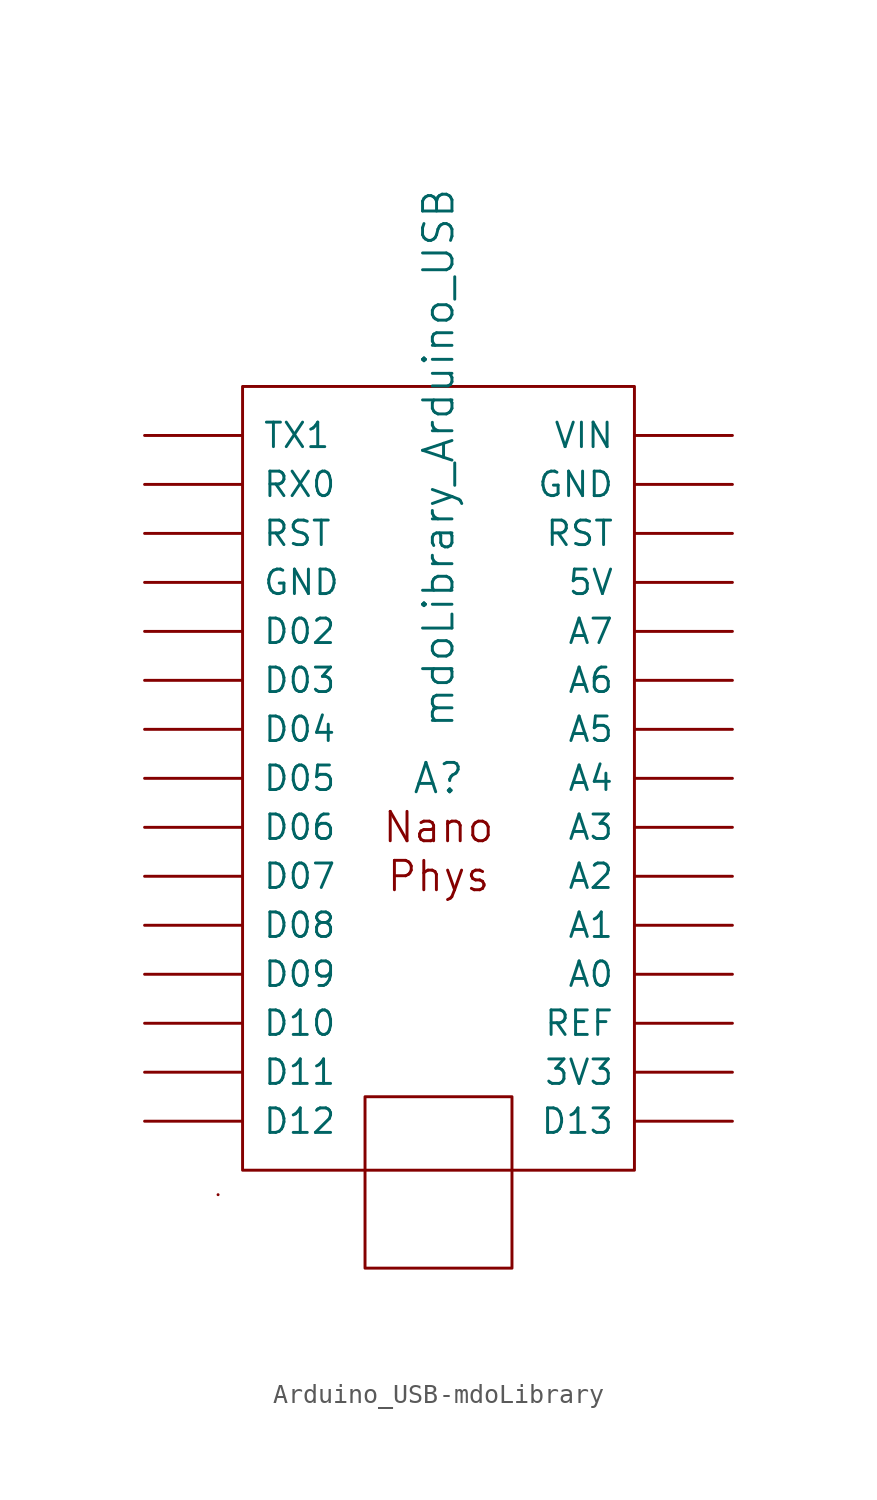
<source format=kicad_sym>
(kicad_symbol_lib
  (version 20220914)
  (generator kicad_symbol_editor)
  (symbol "Arduino_USB-mdoLibrary"
    (pin_names
      (offset 1.016))
    (property "Reference" "A"
      (at 0 0 0)
      (effects (font (size 1.524 1.524))))
    (property "Value" "mdoLibrary_Arduino_USB"
      (at 0 2.54 90)
      (effects (font (size 1.524 1.524)) (justify left)))
    (property "Footprint" ""
      (at 0 0 0)
      (effects (font (size 1.524 1.524))))
    (property "Datasheet" ""
      (at 0 0 0)
      (effects (font (size 1.524 1.524))))
    (symbol "Arduino_USB-mdoLibrary_0_0"
      (rectangle (start -10.16 20.32) (end 10.16 -20.32) (stroke (width 0) (type solid)) (fill (type none)))
      (text "Nano" (at 0 -2.54 0) (effects (font (size 1.524 1.524))))
      (text "Phys" (at 0 -5.08 0) (effects (font (size 1.524 1.524)))))
    (symbol "Arduino_USB-mdoLibrary_0_1"
      (rectangle (start -11.43 -21.59) (end -11.43 -21.59) (stroke (width 0) (type solid)) (fill (type none)))
      (rectangle (start 3.81 -25.4) (end -3.81 -16.51) (stroke (width 0) (type solid)) (fill (type none))))
    (symbol "Arduino_USB-mdoLibrary_1_1"
      (pin input line (at 15.24 -15.24 180) (length 5.08) (name "3V3" (effects (font (size 1.27 1.27)))) (number "~" (effects (font (size 1.27 1.27)))))
      (pin input line (at 15.24 10.16 180) (length 5.08) (name "5V" (effects (font (size 1.27 1.27)))) (number "~" (effects (font (size 1.27 1.27)))))
      (pin input line (at 15.24 -10.16 180) (length 5.08) (name "A0" (effects (font (size 1.27 1.27)))) (number "~" (effects (font (size 1.27 1.27)))))
      (pin input line (at 15.24 -7.62 180) (length 5.08) (name "A1" (effects (font (size 1.27 1.27)))) (number "~" (effects (font (size 1.27 1.27)))))
      (pin input line (at 15.24 -5.08 180) (length 5.08) (name "A2" (effects (font (size 1.27 1.27)))) (number "~" (effects (font (size 1.27 1.27)))))
      (pin input line (at 15.24 -2.54 180) (length 5.08) (name "A3" (effects (font (size 1.27 1.27)))) (number "~" (effects (font (size 1.27 1.27)))))
      (pin input line (at 15.24 0 180) (length 5.08) (name "A4" (effects (font (size 1.27 1.27)))) (number "~" (effects (font (size 1.27 1.27)))))
      (pin input line (at 15.24 2.54 180) (length 5.08) (name "A5" (effects (font (size 1.27 1.27)))) (number "~" (effects (font (size 1.27 1.27)))))
      (pin input line (at 15.24 5.08 180) (length 5.08) (name "A6" (effects (font (size 1.27 1.27)))) (number "~" (effects (font (size 1.27 1.27)))))
      (pin input line (at 15.24 7.62 180) (length 5.08) (name "A7" (effects (font (size 1.27 1.27)))) (number "~" (effects (font (size 1.27 1.27)))))
      (pin input line (at -15.24 7.62 0) (length 5.08) (name "D02" (effects (font (size 1.27 1.27)))) (number "~" (effects (font (size 1.27 1.27)))))
      (pin input line (at -15.24 5.08 0) (length 5.08) (name "D03" (effects (font (size 1.27 1.27)))) (number "~" (effects (font (size 1.27 1.27)))))
      (pin input line (at -15.24 2.54 0) (length 5.08) (name "D04" (effects (font (size 1.27 1.27)))) (number "~" (effects (font (size 1.27 1.27)))))
      (pin input line (at -15.24 0 0) (length 5.08) (name "D05" (effects (font (size 1.27 1.27)))) (number "~" (effects (font (size 1.27 1.27)))))
      (pin input line (at -15.24 -2.54 0) (length 5.08) (name "D06" (effects (font (size 1.27 1.27)))) (number "~" (effects (font (size 1.27 1.27)))))
      (pin input line (at -15.24 -5.08 0) (length 5.08) (name "D07" (effects (font (size 1.27 1.27)))) (number "~" (effects (font (size 1.27 1.27)))))
      (pin input line (at -15.24 -7.62 0) (length 5.08) (name "D08" (effects (font (size 1.27 1.27)))) (number "~" (effects (font (size 1.27 1.27)))))
      (pin input line (at -15.24 -10.16 0) (length 5.08) (name "D09" (effects (font (size 1.27 1.27)))) (number "~" (effects (font (size 1.27 1.27)))))
      (pin input line (at -15.24 -12.7 0) (length 5.08) (name "D10" (effects (font (size 1.27 1.27)))) (number "~" (effects (font (size 1.27 1.27)))))
      (pin input line (at -15.24 -15.24 0) (length 5.08) (name "D11" (effects (font (size 1.27 1.27)))) (number "~" (effects (font (size 1.27 1.27)))))
      (pin input line (at -15.24 -17.78 0) (length 5.08) (name "D12" (effects (font (size 1.27 1.27)))) (number "~" (effects (font (size 1.27 1.27)))))
      (pin input line (at 15.24 -17.78 180) (length 5.08) (name "D13" (effects (font (size 1.27 1.27)))) (number "~" (effects (font (size 1.27 1.27)))))
      (pin input line (at -15.24 10.16 0) (length 5.08) (name "GND" (effects (font (size 1.27 1.27)))) (number "~" (effects (font (size 1.27 1.27)))))
      (pin input line (at 15.24 15.24 180) (length 5.08) (name "GND" (effects (font (size 1.27 1.27)))) (number "~" (effects (font (size 1.27 1.27)))))
      (pin input line (at 15.24 -12.7 180) (length 5.08) (name "REF" (effects (font (size 1.27 1.27)))) (number "~" (effects (font (size 1.27 1.27)))))
      (pin input line (at -15.24 12.7 0) (length 5.08) (name "RST" (effects (font (size 1.27 1.27)))) (number "~" (effects (font (size 1.27 1.27)))))
      (pin input line (at 15.24 12.7 180) (length 5.08) (name "RST" (effects (font (size 1.27 1.27)))) (number "~" (effects (font (size 1.27 1.27)))))
      (pin input line (at -15.24 15.24 0) (length 5.08) (name "RX0" (effects (font (size 1.27 1.27)))) (number "~" (effects (font (size 1.27 1.27)))))
      (pin input line (at -15.24 17.78 0) (length 5.08) (name "TX1" (effects (font (size 1.27 1.27)))) (number "~" (effects (font (size 1.27 1.27)))))
      (pin input line (at 15.24 17.78 180) (length 5.08) (name "VIN" (effects (font (size 1.27 1.27)))) (number "~" (effects (font (size 1.27 1.27))))))))
</source>
